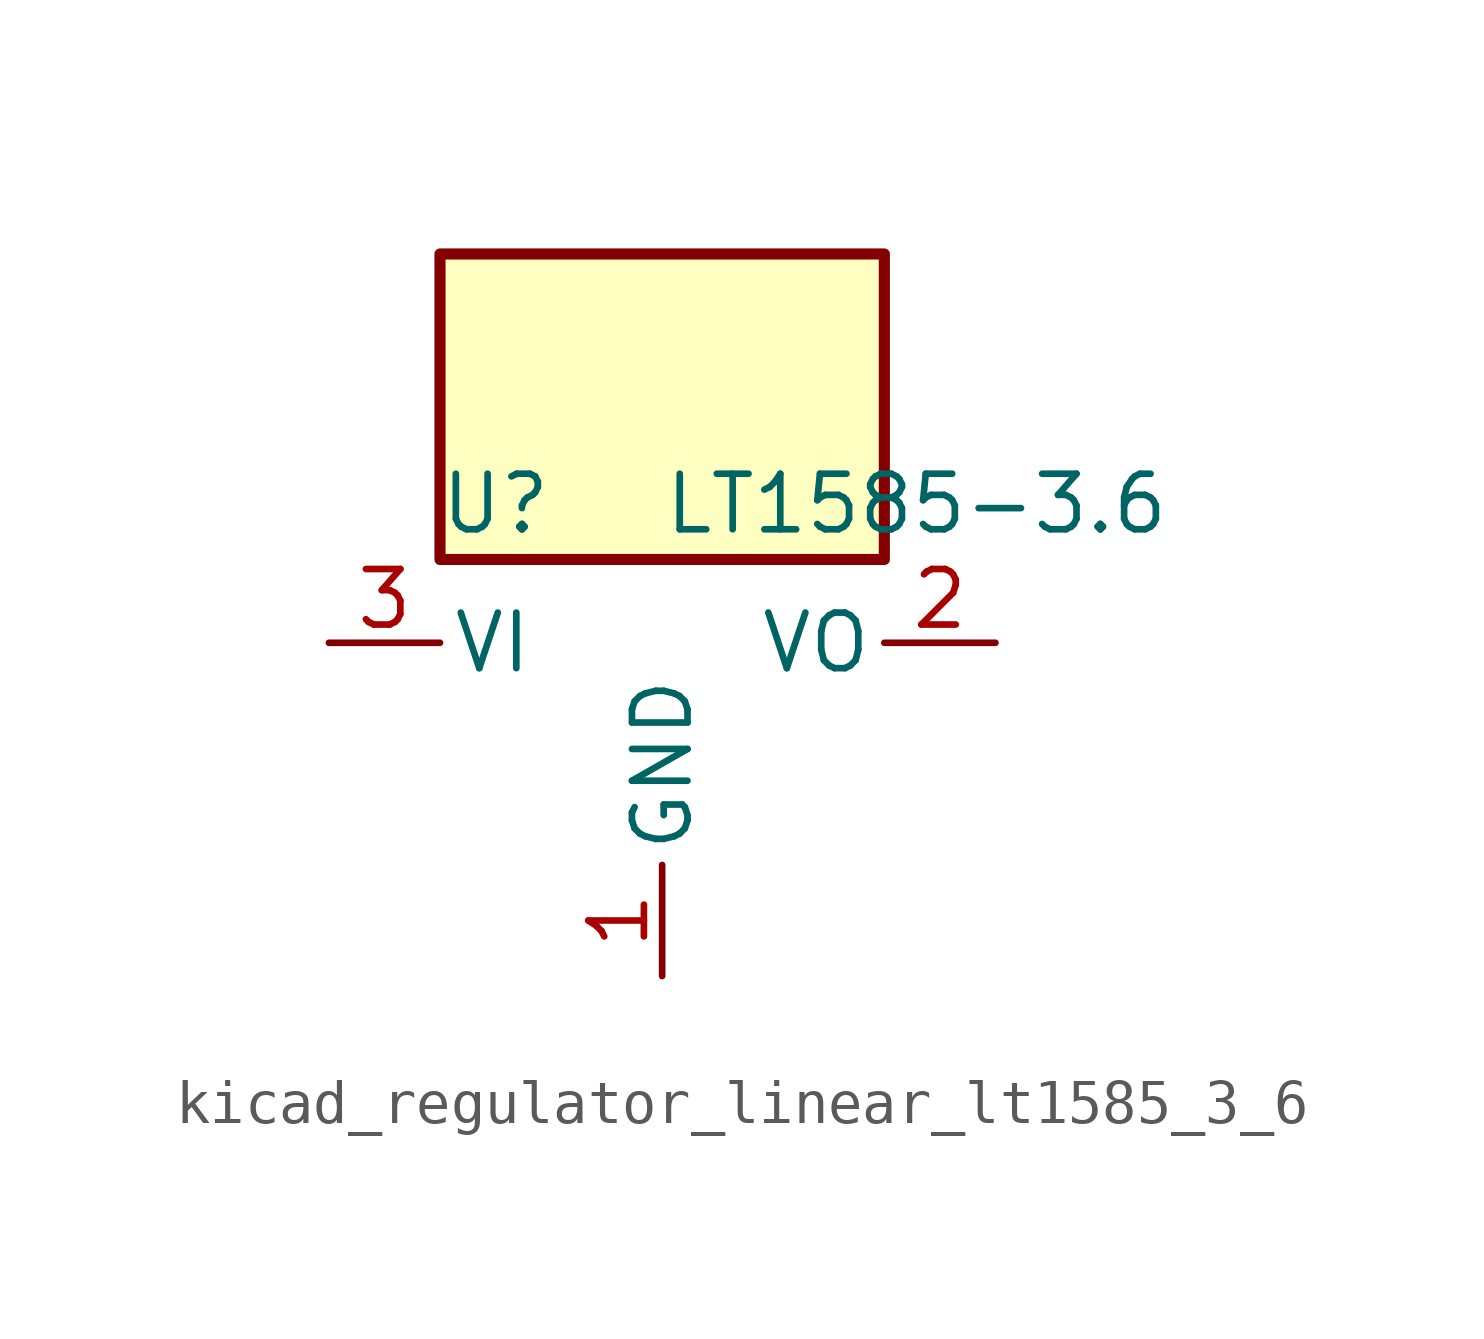
<source format=kicad_sym>
(kicad_symbol_lib
  (version 20220914)
  (generator kicad_symbol_editor)
  (symbol "kicad_regulator_linear_lt1585_3_6"
    (pin_names
      (offset 0.254))
    (property "Reference" "U"
      (at -3.81 3.175 0)
      (effects (font (size 1.27 1.27))))
    (property "Value" "LT1585-3.6"
      (at 0 3.175 0)
      (effects (font (size 1.27 1.27)) (justify left)))
    (symbol "kicad_regulator_linear_lt1585_3_6_0_1"
      (rectangle (start 5.08 8.89) (end -5.08 1.905) (stroke (width 0.254) (type default)) (fill (type background))))
    (symbol "kicad_regulator_linear_lt1585_3_6_1_1"
      (pin power_in line (at 0 -7.62 90) (length 2.54) (name "GND" (effects (font (size 1.27 1.27)))) (number "1" (effects (font (size 1.27 1.27)))))
      (pin power_out line (at 7.62 0 180) (length 2.54) (name "VO" (effects (font (size 1.27 1.27)))) (number "2" (effects (font (size 1.27 1.27)))))
      (pin power_in line (at -7.62 0 0) (length 2.54) (name "VI" (effects (font (size 1.27 1.27)))) (number "3" (effects (font (size 1.27 1.27))))))))
</source>
